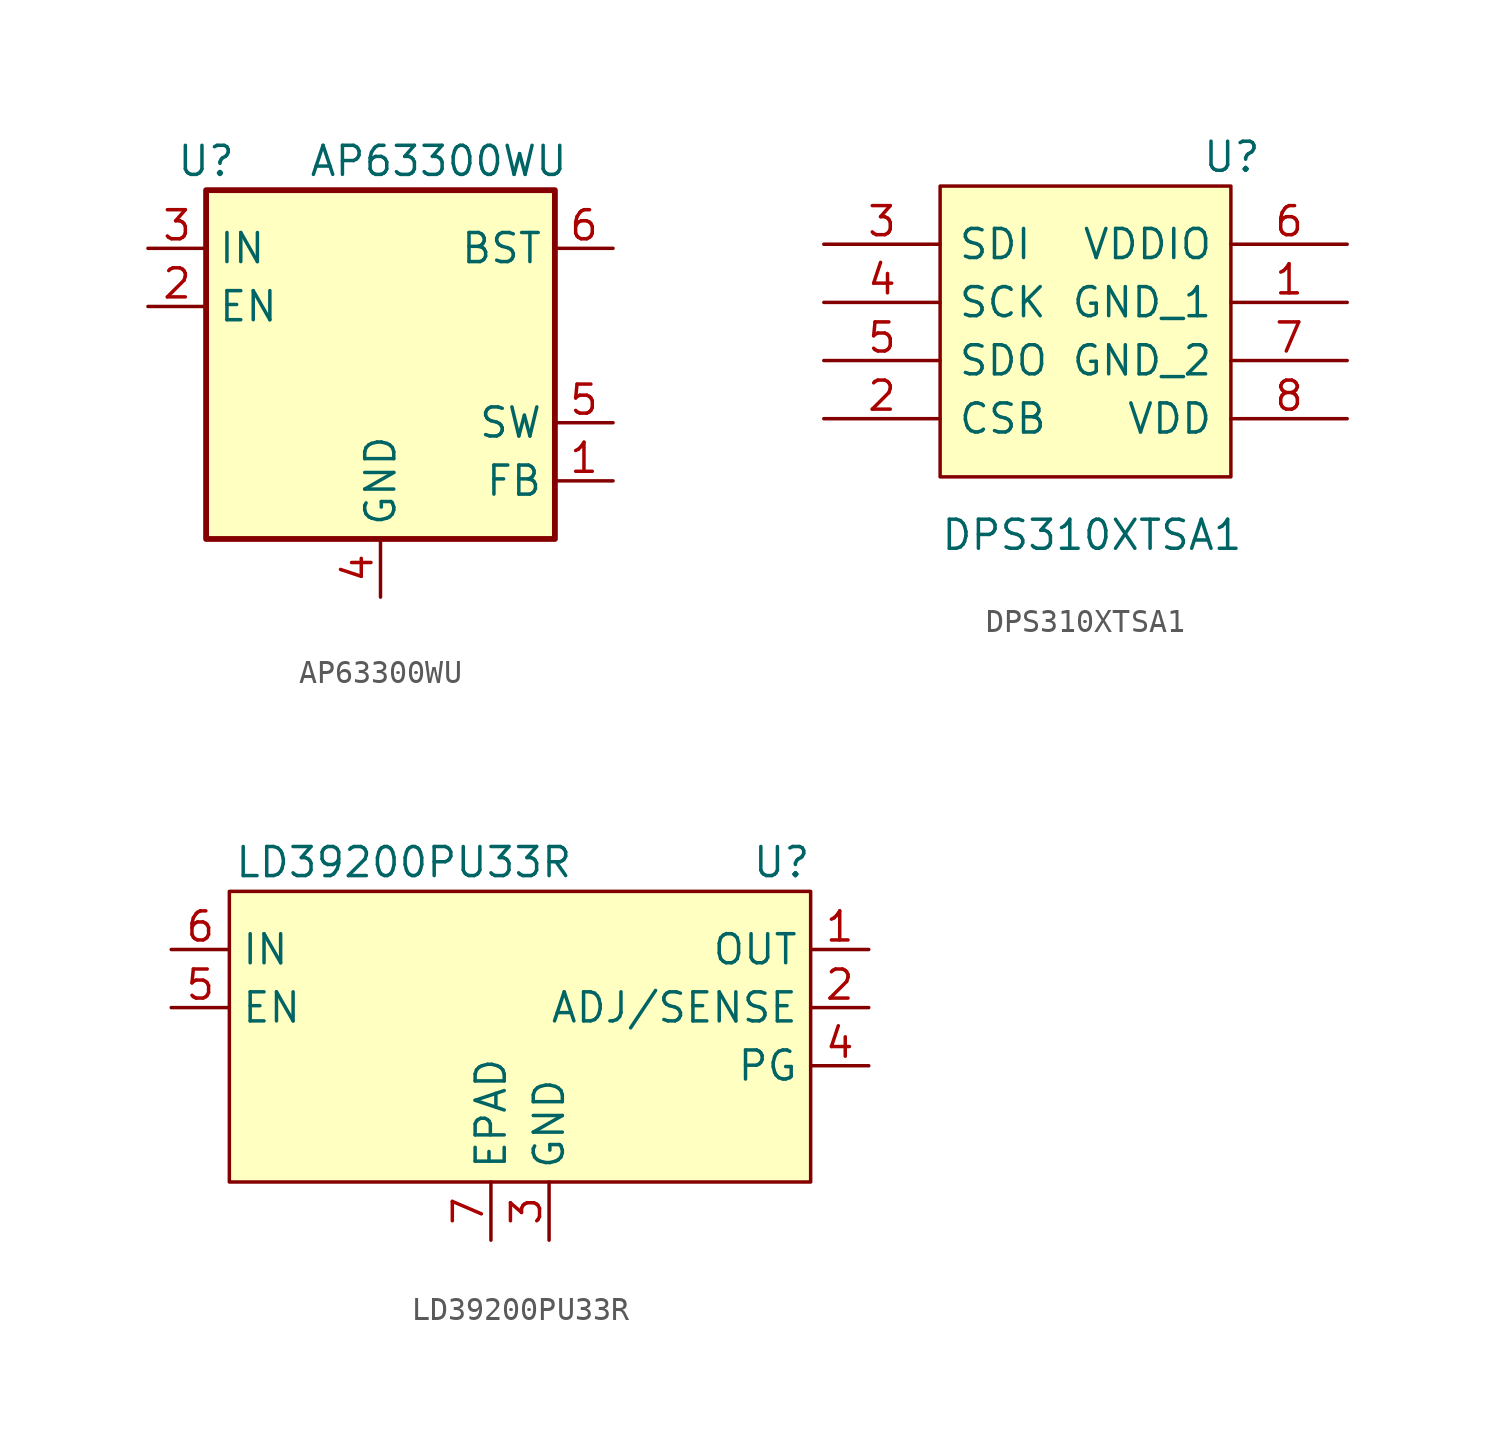
<source format=kicad_sym>
(kicad_symbol_lib
  (version 20220914)
  (generator kicad_symbol_editor)
  (symbol "AP63300WU"
    (property "Reference" "U"
      (at -7.62 8.89 0)
      (effects (font (size 1.27 1.27))))
    (property "Value" "AP63300WU"
      (at 2.54 8.89 0)
      (effects (font (size 1.27 1.27))))
    (symbol "AP63300WU_1_1"
      (rectangle (start -7.62 7.62) (end 7.62 -7.62) (stroke (width 0.254) (type solid)) (fill (type background)))
      (pin input line (at 10.16 -5.08 180) (length 2.54) (name "FB" (effects (font (size 1.27 1.27)))) (number "1" (effects (font (size 1.27 1.27)))))
      (pin input line (at -10.16 2.54 0) (length 2.54) (name "EN" (effects (font (size 1.27 1.27)))) (number "2" (effects (font (size 1.27 1.27)))))
      (pin power_in line (at -10.16 5.08 0) (length 2.54) (name "IN" (effects (font (size 1.27 1.27)))) (number "3" (effects (font (size 1.27 1.27)))))
      (pin power_in line (at 0 -10.16 90) (length 2.54) (name "GND" (effects (font (size 1.27 1.27)))) (number "4" (effects (font (size 1.27 1.27)))))
      (pin output line (at 10.16 -2.54 180) (length 2.54) (name "SW" (effects (font (size 1.27 1.27)))) (number "5" (effects (font (size 1.27 1.27)))))
      (pin passive line (at 10.16 5.08 180) (length 2.54) (name "BST" (effects (font (size 1.27 1.27)))) (number "6" (effects (font (size 1.27 1.27)))))))
  (symbol "DPS310XTSA1"
    (pin_names
      (offset 0.762))
    (property "Reference" "U"
      (at 5.08 7.62 0)
      (effects (font (size 1.27 1.27)) (justify left)))
    (property "Value" "DPS310XTSA1"
      (at -6.35 -8.89 0)
      (effects (font (size 1.27 1.27)) (justify left)))
    (symbol "DPS310XTSA1_0_0"
      (pin power_in line (at 11.43 1.27 180) (length 5.08) (name "GND_1" (effects (font (size 1.27 1.27)))) (number "1" (effects (font (size 1.27 1.27)))))
      (pin input line (at -11.43 -3.81 0) (length 5.08) (name "CSB" (effects (font (size 1.27 1.27)))) (number "2" (effects (font (size 1.27 1.27)))))
      (pin input line (at -11.43 3.81 0) (length 5.08) (name "SDI" (effects (font (size 1.27 1.27)))) (number "3" (effects (font (size 1.27 1.27)))))
      (pin input line (at -11.43 1.27 0) (length 5.08) (name "SCK" (effects (font (size 1.27 1.27)))) (number "4" (effects (font (size 1.27 1.27)))))
      (pin output line (at -11.43 -1.27 0) (length 5.08) (name "SDO" (effects (font (size 1.27 1.27)))) (number "5" (effects (font (size 1.27 1.27)))))
      (pin power_in line (at 11.43 3.81 180) (length 5.08) (name "VDDIO" (effects (font (size 1.27 1.27)))) (number "6" (effects (font (size 1.27 1.27)))))
      (pin power_in line (at 11.43 -1.27 180) (length 5.08) (name "GND_2" (effects (font (size 1.27 1.27)))) (number "7" (effects (font (size 1.27 1.27)))))
      (pin power_in line (at 11.43 -3.81 180) (length 5.08) (name "VDD" (effects (font (size 1.27 1.27)))) (number "8" (effects (font (size 1.27 1.27))))))
    (symbol "DPS310XTSA1_0_1"
      (rectangle (start -6.35 6.35) (end 6.35 -6.35) (stroke (width 0.152) (type solid)) (fill (type background)))))
  (symbol "LD39200PU33R"
    (property "Reference" "U"
      (at 11.43 10.16 0)
      (effects (font (size 1.27 1.27))))
    (property "Value" "LD39200PU33R"
      (at -5.08 10.16 0)
      (effects (font (size 1.27 1.27))))
    (symbol "LD39200PU33R_0_1"
      (rectangle (start -12.7 8.89) (end 12.7 -3.81) (stroke (width 0) (type solid)) (fill (type background))))
    (symbol "LD39200PU33R_1_1"
      (pin power_out line (at 15.24 6.35 180) (length 2.54) (name "OUT" (effects (font (size 1.27 1.27)))) (number "1" (effects (font (size 1.27 1.27)))))
      (pin input line (at 15.24 3.81 180) (length 2.54) (name "ADJ/SENSE" (effects (font (size 1.27 1.27)))) (number "2" (effects (font (size 1.27 1.27)))))
      (pin power_in line (at 1.27 -6.35 90) (length 2.54) (name "GND" (effects (font (size 1.27 1.27)))) (number "3" (effects (font (size 1.27 1.27)))))
      (pin input line (at 15.24 1.27 180) (length 2.54) (name "PG" (effects (font (size 1.27 1.27)))) (number "4" (effects (font (size 1.27 1.27)))))
      (pin input line (at -15.24 3.81 0) (length 2.54) (name "EN" (effects (font (size 1.27 1.27)))) (number "5" (effects (font (size 1.27 1.27)))))
      (pin power_in line (at -15.24 6.35 0) (length 2.54) (name "IN" (effects (font (size 1.27 1.27)))) (number "6" (effects (font (size 1.27 1.27)))))
      (pin power_in line (at -1.27 -6.35 90) (length 2.54) (name "EPAD" (effects (font (size 1.27 1.27)))) (number "7" (effects (font (size 1.27 1.27))))))))
</source>
